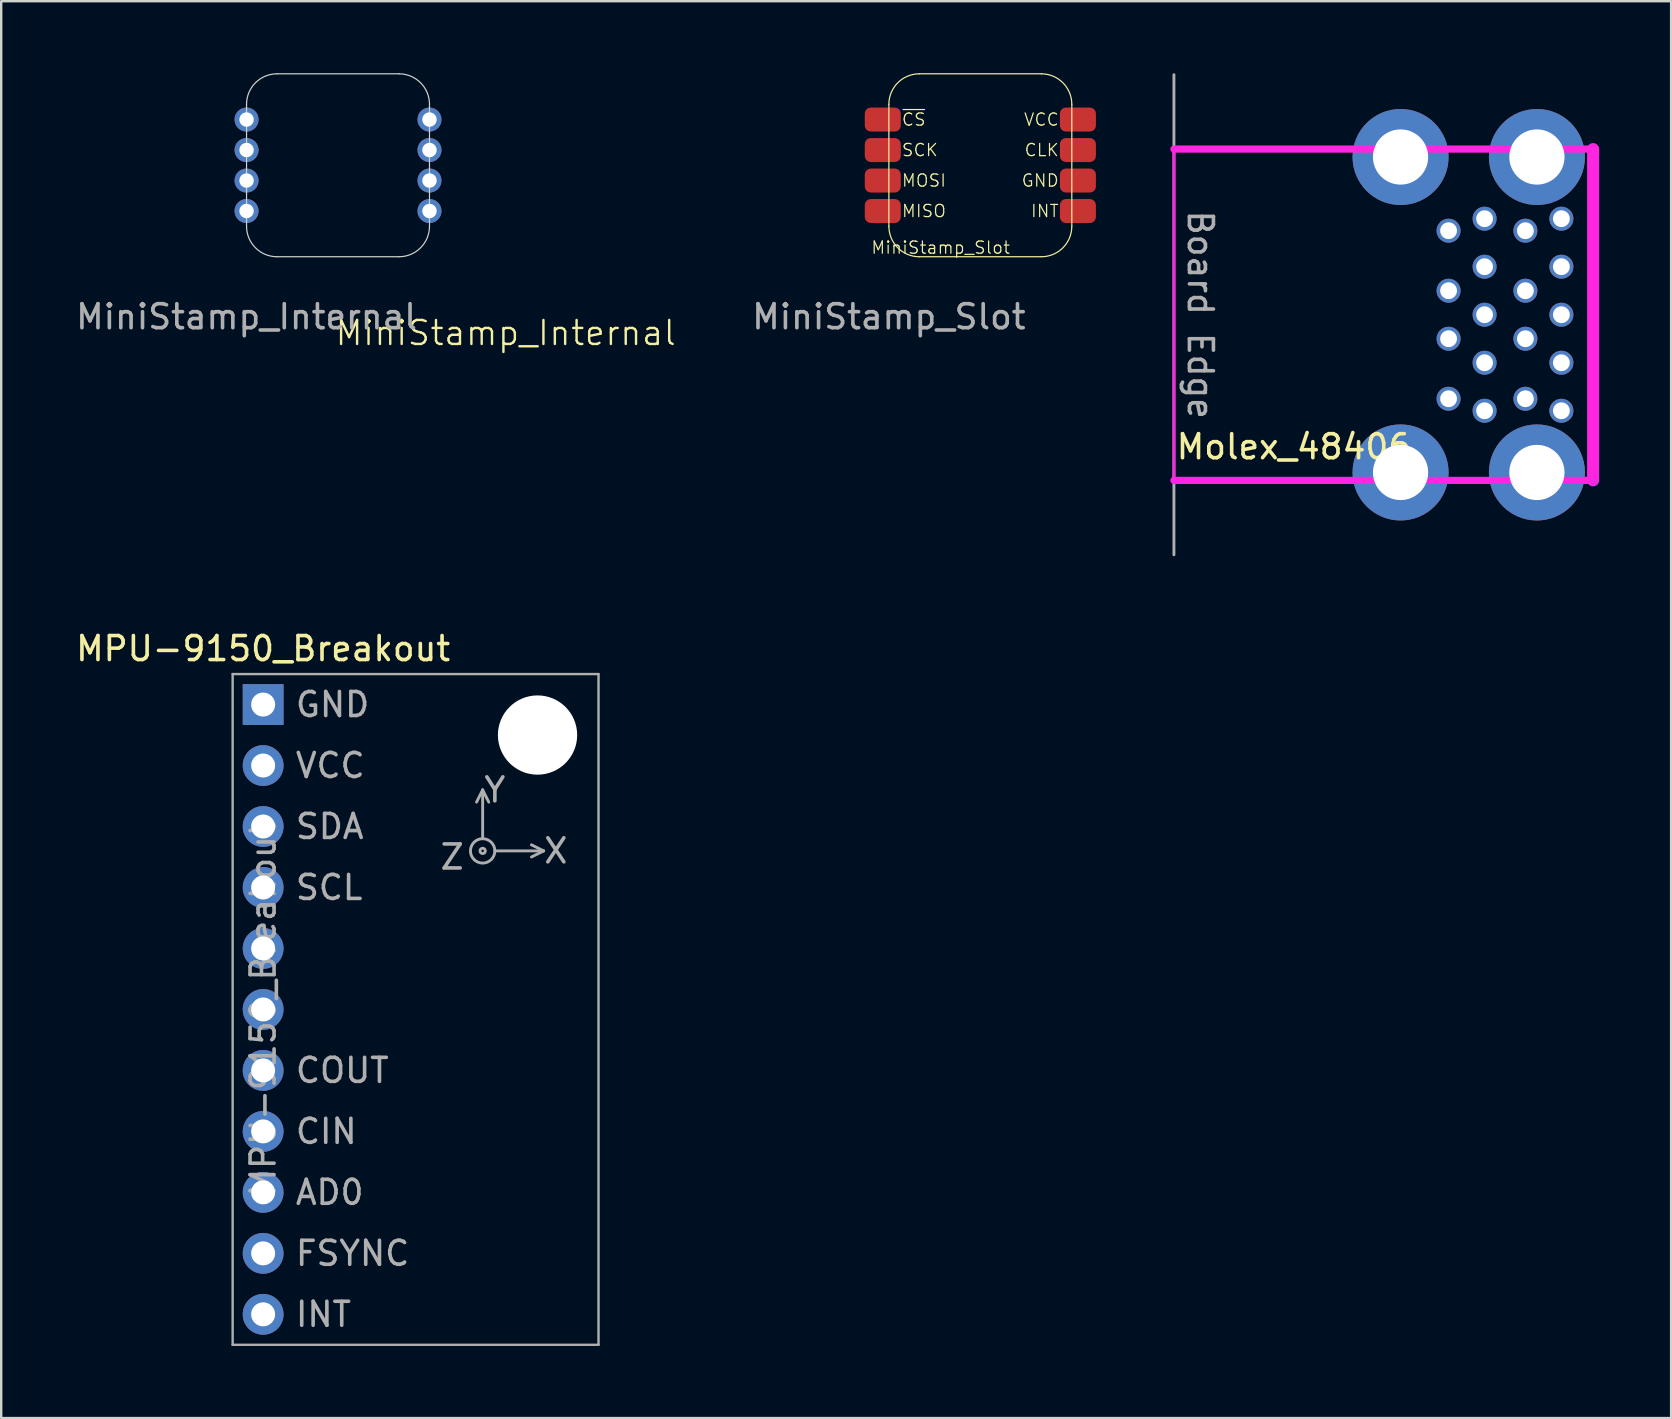
<source format=kicad_pcb>
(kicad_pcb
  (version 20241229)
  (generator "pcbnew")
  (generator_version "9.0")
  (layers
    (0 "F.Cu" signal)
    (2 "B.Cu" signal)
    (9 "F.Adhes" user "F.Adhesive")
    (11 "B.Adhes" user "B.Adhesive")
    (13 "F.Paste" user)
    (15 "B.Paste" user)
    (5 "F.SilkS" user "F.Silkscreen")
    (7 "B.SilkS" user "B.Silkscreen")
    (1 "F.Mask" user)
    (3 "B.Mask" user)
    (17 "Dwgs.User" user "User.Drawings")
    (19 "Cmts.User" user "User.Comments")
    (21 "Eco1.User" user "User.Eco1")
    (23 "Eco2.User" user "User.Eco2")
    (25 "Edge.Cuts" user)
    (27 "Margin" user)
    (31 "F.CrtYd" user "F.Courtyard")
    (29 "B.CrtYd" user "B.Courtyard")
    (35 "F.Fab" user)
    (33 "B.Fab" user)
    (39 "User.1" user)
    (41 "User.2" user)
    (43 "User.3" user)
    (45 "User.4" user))
  (footprint "MPU-9150_Breakout"
    (layer "F.Cu")
    (at 7.911 26.298)
    (property "Reference" "MPU-9150_Breakout" (at 0 -2.33 0) (layer "F.SilkS") (effects (font (size 1 1) (thickness 0.15))))
    (attr through_hole)
    (fp_line (start -1.27 -1.27) (end 13.97 -1.27) (stroke (width 0.1) (type solid)) (layer "F.Fab"))
    (fp_line (start -1.27 26.67) (end -1.27 -1.27) (stroke (width 0.1) (type solid)) (layer "F.Fab"))
    (fp_line (start 8.89 4.064) (end 9.144 3.556) (stroke (width 0.12) (type solid)) (layer "F.Fab"))
    (fp_line (start 9.144 3.556) (end 9.144 5.588) (stroke (width 0.12) (type solid)) (layer "F.Fab"))
    (fp_line (start 9.144 3.556) (end 9.398 4.064) (stroke (width 0.12) (type solid)) (layer "F.Fab"))
    (fp_line (start 9.652 6.096) (end 11.684 6.096) (stroke (width 0.12) (type solid)) (layer "F.Fab"))
    (fp_line (start 11.684 6.096) (end 11.176 5.842) (stroke (width 0.12) (type solid)) (layer "F.Fab"))
    (fp_line (start 11.684 6.096) (end 11.176 6.35) (stroke (width 0.12) (type solid)) (layer "F.Fab"))
    (fp_line (start 13.97 -1.27) (end 13.97 26.67) (stroke (width 0.1) (type solid)) (layer "F.Fab"))
    (fp_line (start 13.97 26.67) (end -1.27 26.67) (stroke (width 0.1) (type solid)) (layer "F.Fab"))
    (fp_circle (center 9.144 6.096) (end 9.195 6.096) (stroke (width 0.12) (type solid)) (fill no) (layer "F.Fab"))
    (fp_circle (center 9.144 6.096) (end 9.652 6.096) (stroke (width 0.12) (type solid)) (fill no) (layer "F.Fab"))
    (fp_text user "CIN" (at 1.27 17.78 0) (layer "F.Fab") (effects (font (size 1 1) (thickness 0.15)) (justify left)))
    (fp_text user "SCL" (at 1.27 7.62 0) (layer "F.Fab") (effects (font (size 1 1) (thickness 0.15)) (justify left)))
    (fp_text user "X" (at 12.192 6.096 0) (layer "F.Fab") (effects (font (size 1 1) (thickness 0.15))))
    (fp_text user "FSYNC" (at 1.27 22.86 0) (layer "F.Fab") (effects (font (size 1 1) (thickness 0.15)) (justify left)))
    (fp_text user "Y" (at 9.652 3.556 0) (layer "F.Fab") (effects (font (size 1 1) (thickness 0.15))))
    (fp_text user "Z" (at 7.874 6.35 0) (layer "F.Fab") (effects (font (size 1 1) (thickness 0.15))))
    (fp_text user "SDA" (at 1.27 5.08 0) (layer "F.Fab") (effects (font (size 1 1) (thickness 0.15)) (justify left)))
    (fp_text user "GND" (at 1.27 0 0) (layer "F.Fab") (effects (font (size 1 1) (thickness 0.15)) (justify left)))
    (fp_text user "INT" (at 1.27 25.4 0) (layer "F.Fab") (effects (font (size 1 1) (thickness 0.15)) (justify left)))
    (fp_text user "AD0" (at 1.27 20.32 0) (layer "F.Fab") (effects (font (size 1 1) (thickness 0.15)) (justify left)))
    (fp_text user "${REFERENCE}" (at 0 12.7 90) (layer "F.Fab") (effects (font (size 1 1) (thickness 0.15))))
    (fp_text user "VCC" (at 1.27 2.54 0) (layer "F.Fab") (effects (font (size 1 1) (thickness 0.15)) (justify left)))
    (fp_text user "COUT" (at 1.27 15.24 0) (layer "F.Fab") (effects (font (size 1 1) (thickness 0.15)) (justify left)))
    (pad "" np_thru_hole circle (at 11.43 1.27) (size 3.302 3.302) (drill 3.302) (layers "*.Cu" "*.Mask"))
    (pad "1" thru_hole rect (at 0 0) (size 1.7 1.7) (drill 1) (layers "*.Cu" "*.Mask"))
    (pad "2" thru_hole oval (at 0 2.54) (size 1.7 1.7) (drill 1) (layers "*.Cu" "*.Mask"))
    (pad "3" thru_hole oval (at 0 5.08) (size 1.7 1.7) (drill 1) (layers "*.Cu" "*.Mask"))
    (pad "4" thru_hole oval (at 0 7.62) (size 1.7 1.7) (drill 1) (layers "*.Cu" "*.Mask"))
    (pad "5" thru_hole oval (at 0 10.16) (size 1.7 1.7) (drill 1) (layers "*.Cu" "*.Mask"))
    (pad "6" thru_hole oval (at 0 12.7) (size 1.7 1.7) (drill 1) (layers "*.Cu" "*.Mask"))
    (pad "7" thru_hole oval (at 0 15.24) (size 1.7 1.7) (drill 1) (layers "*.Cu" "*.Mask"))
    (pad "8" thru_hole oval (at 0 17.78) (size 1.7 1.7) (drill 1) (layers "*.Cu" "*.Mask"))
    (pad "9" thru_hole oval (at 0 20.32) (size 1.7 1.7) (drill 1) (layers "*.Cu" "*.Mask"))
    (pad "10" thru_hole oval (at 0 22.86) (size 1.7 1.7) (drill 1) (layers "*.Cu" "*.Mask"))
    (pad "11" thru_hole oval (at 0 25.4) (size 1.7 1.7) (drill 1) (layers "*.Cu" "*.Mask")))
  (footprint "MiniStamp_Internal"
    (layer "F.Cu")
    (at 7.22 7.645)
    (property "Reference" "MiniStamp_Internal" (at 10.795 3.175 0) (unlocked yes) (layer "F.SilkS") (effects (font (size 1 1) (thickness 0.1))))
    (attr smd)
    (fp_line (start 0 -1.27) (end 0 -6.35) (stroke (width 0.05) (type default)) (layer "Edge.Cuts"))
    (fp_line (start 1.27 -7.62) (end 6.35 -7.62) (stroke (width 0.05) (type default)) (layer "Edge.Cuts"))
    (fp_line (start 6.35 0) (end 1.27 0) (stroke (width 0.05) (type default)) (layer "Edge.Cuts"))
    (fp_line (start 7.62 -6.35) (end 7.62 -1.27) (stroke (width 0.05) (type default)) (layer "Edge.Cuts"))
    (fp_arc (start 0 -6.35) (mid 0.371974 -7.248026) (end 1.27 -7.62) (stroke (width 0.05) (type default)) (layer "Edge.Cuts"))
    (fp_arc (start 1.27 0) (mid 0.371974 -0.371974) (end 0 -1.27) (stroke (width 0.05) (type default)) (layer "Edge.Cuts"))
    (fp_arc (start 6.35 -7.62) (mid 7.248026 -7.248026) (end 7.62 -6.35) (stroke (width 0.05) (type default)) (layer "Edge.Cuts"))
    (fp_arc (start 7.62 -1.27) (mid 7.248026 -0.371974) (end 6.35 0) (stroke (width 0.05) (type default)) (layer "Edge.Cuts"))
    (fp_text user "${REFERENCE}" (at 0 2.5 0) (unlocked yes) (layer "F.Fab") (effects (font (size 1 1) (thickness 0.15))))
    (pad "1" thru_hole circle (at 0 -5.715) (size 1 1) (drill 0.6) (layers "*.Cu" "*.Mask"))
    (pad "2" thru_hole circle (at 0 -4.445) (size 1 1) (drill 0.6) (layers "*.Cu" "*.Mask"))
    (pad "3" thru_hole circle (at 0 -3.175) (size 1 1) (drill 0.6) (layers "*.Cu" "*.Mask"))
    (pad "4" thru_hole circle (at 0 -1.905) (size 1 1) (drill 0.6) (layers "*.Cu" "*.Mask"))
    (pad "5" thru_hole circle (at 7.62 -1.905) (size 1 1) (drill 0.6) (layers "*.Cu" "*.Mask"))
    (pad "6" thru_hole circle (at 7.62 -3.175) (size 1 1) (drill 0.6) (layers "*.Cu" "*.Mask"))
    (pad "7" thru_hole circle (at 7.62 -4.445) (size 1 1) (drill 0.6) (layers "*.Cu" "*.Mask"))
    (pad "8" thru_hole circle (at 7.62 -5.715) (size 1 1) (drill 0.6) (layers "*.Cu" "*.Mask")))
  (footprint "Molex_48406"
    (layer "F.Cu")
    (at 45.85 10.06)
    (property "Reference" "Molex_48406" (at 5 5.5 0) (layer "F.SilkS") (effects (font (size 1 1) (thickness 0.15))))
    (attr through_hole)
    (fp_line (start 0 -6.9) (end 17.46 -6.9) (stroke (width 0.3) (type solid)) (layer "F.CrtYd"))
    (fp_line (start 0 6.9) (end 0 -6.9) (stroke (width 0.12) (type solid)) (layer "F.CrtYd"))
    (fp_line (start 17.46 -6.9) (end 17.46 6.9) (stroke (width 0.5) (type solid)) (layer "F.CrtYd"))
    (fp_line (start 17.46 6.9) (end 0 6.9) (stroke (width 0.3) (type solid)) (layer "F.CrtYd"))
    (fp_line (start 0 -10) (end 0 10) (stroke (width 0.12) (type solid)) (layer "F.Fab"))
    (fp_text user "Board Edge" (at 1.1 0 270) (unlocked yes) (layer "F.Fab") (effects (font (size 1 1) (thickness 0.15))))
    (pad "1" thru_hole circle (at 11.44 -3.5) (size 1 1) (drill 0.7) (layers "*.Cu" "*.Mask"))
    (pad "2" thru_hole circle (at 11.44 -1) (size 1 1) (drill 0.7) (layers "*.Cu" "*.Mask"))
    (pad "3" thru_hole circle (at 11.44 1) (size 1 1) (drill 0.7) (layers "*.Cu" "*.Mask"))
    (pad "4" thru_hole circle (at 11.44 3.5) (size 1 1) (drill 0.7) (layers "*.Cu" "*.Mask"))
    (pad "5" thru_hole circle (at 12.94 4) (size 1 1) (drill 0.7) (layers "*.Cu" "*.Mask"))
    (pad "6" thru_hole circle (at 12.94 2) (size 1 1) (drill 0.7) (layers "*.Cu" "*.Mask"))
    (pad "7" thru_hole circle (at 12.94 0) (size 1 1) (drill 0.7) (layers "*.Cu" "*.Mask"))
    (pad "8" thru_hole circle (at 12.94 -2) (size 1 1) (drill 0.7) (layers "*.Cu" "*.Mask"))
    (pad "9" thru_hole circle (at 12.94 -4) (size 1 1) (drill 0.7) (layers "*.Cu" "*.Mask"))
    (pad "10" thru_hole circle (at 14.64 -3.5) (size 1 1) (drill 0.7) (layers "*.Cu" "*.Mask"))
    (pad "11" thru_hole circle (at 14.64 -1) (size 1 1) (drill 0.7) (layers "*.Cu" "*.Mask"))
    (pad "12" thru_hole circle (at 14.64 1) (size 1 1) (drill 0.7) (layers "*.Cu" "*.Mask"))
    (pad "13" thru_hole circle (at 14.64 3.5) (size 1 1) (drill 0.7) (layers "*.Cu" "*.Mask"))
    (pad "14" thru_hole circle (at 16.14 4) (size 1 1) (drill 0.7) (layers "*.Cu" "*.Mask"))
    (pad "15" thru_hole circle (at 16.14 2) (size 1 1) (drill 0.7) (layers "*.Cu" "*.Mask"))
    (pad "16" thru_hole circle (at 16.14 0) (size 1 1) (drill 0.7) (layers "*.Cu" "*.Mask"))
    (pad "17" thru_hole circle (at 16.14 -2) (size 1 1) (drill 0.7) (layers "*.Cu" "*.Mask"))
    (pad "18" thru_hole circle (at 16.14 -4) (size 1 1) (drill 0.7) (layers "*.Cu" "*.Mask"))
    (pad "S1" thru_hole circle (at 9.44 -6.57) (size 4 4) (drill 2.3) (layers "*.Cu" "*.Mask"))
    (pad "S1" thru_hole circle (at 9.44 6.57) (size 4 4) (drill 2.3) (layers "*.Cu" "*.Mask"))
    (pad "S1" thru_hole circle (at 15.12 -6.57) (size 4 4) (drill 2.3) (layers "*.Cu" "*.Mask"))
    (pad "S1" thru_hole circle (at 15.12 6.57) (size 4 4) (drill 2.3) (layers "*.Cu" "*.Mask")))
  (footprint "MiniStamp_Slot"
    (layer "F.Cu")
    (at 33.976 7.645)
    (property "Reference" "MiniStamp_Slot" (at 2.159 -0.381 0) (unlocked yes) (layer "F.SilkS") (effects (font (size 0.508 0.508) (thickness 0.051))))
    (attr smd)
    (fp_line (start 0 -1.27) (end 0 -6.35) (stroke (width 0.05) (type default)) (layer "F.SilkS"))
    (fp_line (start 1.27 -7.62) (end 6.35 -7.62) (stroke (width 0.05) (type default)) (layer "F.SilkS"))
    (fp_line (start 6.35 0) (end 1.27 0) (stroke (width 0.05) (type default)) (layer "F.SilkS"))
    (fp_line (start 7.62 -6.35) (end 7.62 -1.27) (stroke (width 0.05) (type default)) (layer "F.SilkS"))
    (fp_arc (start 0 -6.35) (mid 0.371974 -7.248026) (end 1.27 -7.62) (stroke (width 0.05) (type default)) (layer "F.SilkS"))
    (fp_arc (start 1.27 0) (mid 0.371974 -0.371974) (end 0 -1.27) (stroke (width 0.05) (type default)) (layer "F.SilkS"))
    (fp_arc (start 6.35 -7.62) (mid 7.248026 -7.248026) (end 7.62 -6.35) (stroke (width 0.05) (type default)) (layer "F.SilkS"))
    (fp_arc (start 7.62 -1.27) (mid 7.248026 -0.371974) (end 6.35 0) (stroke (width 0.05) (type default)) (layer "F.SilkS"))
    (fp_text user "~{CS}" (at 0.508 -5.715 0) (unlocked yes) (layer "F.SilkS") (effects (font (size 0.508 0.508) (thickness 0.051)) (justify left)))
    (fp_text user "GND" (at 7.112 -3.175 0) (unlocked yes) (layer "F.SilkS") (effects (font (size 0.508 0.508) (thickness 0.051)) (justify right)))
    (fp_text user "MISO" (at 0.508 -1.905 0) (unlocked yes) (layer "F.SilkS") (effects (font (size 0.508 0.508) (thickness 0.051)) (justify left)))
    (fp_text user "INT" (at 7.112 -1.905 0) (unlocked yes) (layer "F.SilkS") (effects (font (size 0.508 0.508) (thickness 0.051)) (justify right)))
    (fp_text user "MOSI" (at 0.508 -3.175 0) (unlocked yes) (layer "F.SilkS") (effects (font (size 0.508 0.508) (thickness 0.051)) (justify left)))
    (fp_text user "CLK" (at 7.112 -4.445 0) (unlocked yes) (layer "F.SilkS") (effects (font (size 0.508 0.508) (thickness 0.051)) (justify right)))
    (fp_text user "VCC" (at 7.112 -5.715 0) (unlocked yes) (layer "F.SilkS") (effects (font (size 0.508 0.508) (thickness 0.051)) (justify right)))
    (fp_text user "SCK" (at 0.508 -4.445 0) (unlocked yes) (layer "F.SilkS") (effects (font (size 0.508 0.508) (thickness 0.051)) (justify left)))
    (fp_text user "${REFERENCE}" (at 0 2.5 0) (unlocked yes) (layer "F.Fab") (effects (font (size 1 1) (thickness 0.15))))
    (pad "1" smd roundrect (at -0.254 -5.715) (size 1.5 1) (layers "F.Cu" "F.Mask" "F.Paste") (roundrect_rratio 0.25))
    (pad "2" smd roundrect (at -0.254 -4.445) (size 1.5 1) (layers "F.Cu" "F.Mask" "F.Paste") (roundrect_rratio 0.25))
    (pad "3" smd roundrect (at -0.254 -3.175) (size 1.5 1) (layers "F.Cu" "F.Mask" "F.Paste") (roundrect_rratio 0.25))
    (pad "4" smd roundrect (at -0.254 -1.905) (size 1.5 1) (layers "F.Cu" "F.Mask" "F.Paste") (roundrect_rratio 0.25))
    (pad "5" smd roundrect (at 7.874 -1.905 180) (size 1.5 1) (layers "F.Cu" "F.Mask" "F.Paste") (roundrect_rratio 0.25))
    (pad "6" smd roundrect (at 7.874 -3.175 180) (size 1.5 1) (layers "F.Cu" "F.Mask" "F.Paste") (roundrect_rratio 0.25))
    (pad "7" smd roundrect (at 7.874 -4.445 180) (size 1.5 1) (layers "F.Cu" "F.Mask" "F.Paste") (roundrect_rratio 0.25))
    (pad "8" smd roundrect (at 7.874 -5.715 180) (size 1.5 1) (layers "F.Cu" "F.Mask" "F.Paste") (roundrect_rratio 0.25)))
  (gr_rect
    (start -3 -3)
    (end 66.56 56.018)
    (stroke (width 0.1) (type default))
    (fill no)
    (layer "Edge.Cuts")))
</source>
